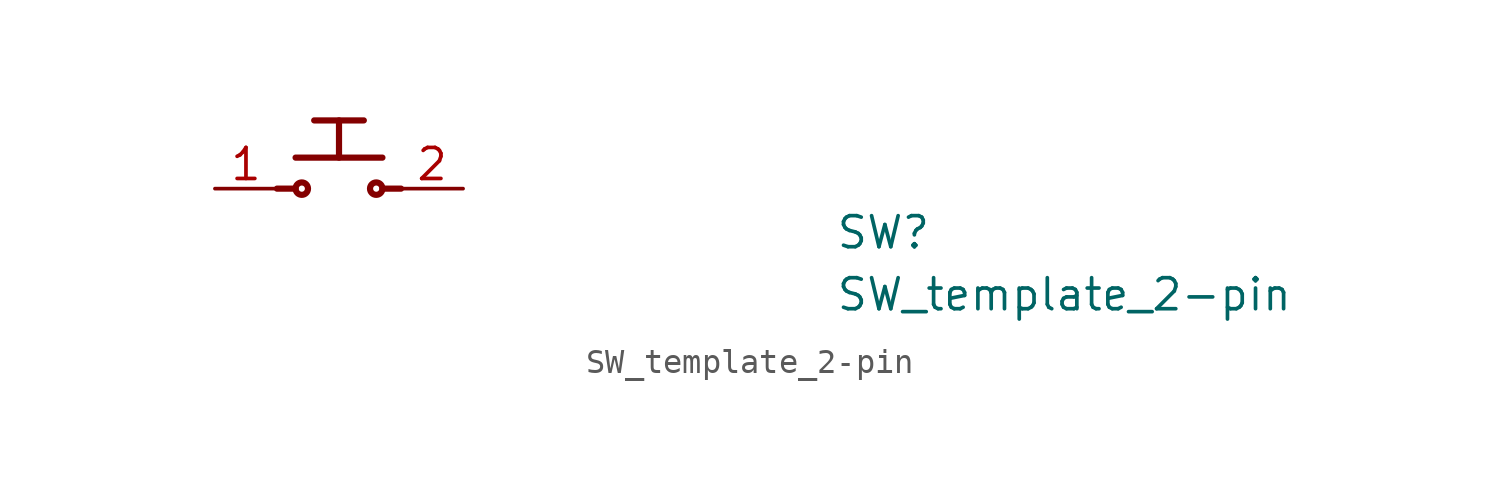
<source format=kicad_sym>
(kicad_symbol_lib
  (version 20220914)
  (generator kicad_symbol_editor)
  (symbol "SW_template_2-pin"
    (pin_names hide)
    (property "Reference" "SW"
      (at 25.4 -2.54 0)
      (effects (font (size 1.27 1.27) (thickness 0.15)) (justify left bottom)))
    (property "Value" "SW_template_2-pin"
      (at 25.4 -5.08 0)
      (effects (font (size 1.27 1.27) (thickness 0.15)) (justify left bottom)))
    (symbol "SW_template_2-pin_1_1"
      (polyline (pts (xy 2.54 0) (xy 3.302 0)) (stroke (width 0.254) (type default)) (fill (type none)))
      (polyline (pts (xy 3.302 1.27) (xy 6.858 1.27)) (stroke (width 0.254) (type default)) (fill (type none)))
      (polyline (pts (xy 4.064 2.794) (xy 6.096 2.794)) (stroke (width 0.254) (type default)) (fill (type none)))
      (polyline (pts (xy 5.08 1.27) (xy 5.08 2.794)) (stroke (width 0.254) (type default)) (fill (type none)))
      (polyline (pts (xy 7.62 0) (xy 6.858 0)) (stroke (width 0.254) (type default)) (fill (type none)))
      (circle (center 3.556 0) (radius 0.254) (stroke (width 0.254) (type default)) (fill (type none)))
      (circle (center 6.604 0) (radius 0.254) (stroke (width 0.254) (type default)) (fill (type none)))
      (pin passive line (at 0 0 0) (length 2.54) (name "1" (effects (font (size 1.27 1.27)))) (number "1" (effects (font (size 1.27 1.27)))))
      (pin passive line (at 10.16 0 180) (length 2.54) (name "2" (effects (font (size 1.27 1.27)))) (number "2" (effects (font (size 1.27 1.27))))))))
</source>
